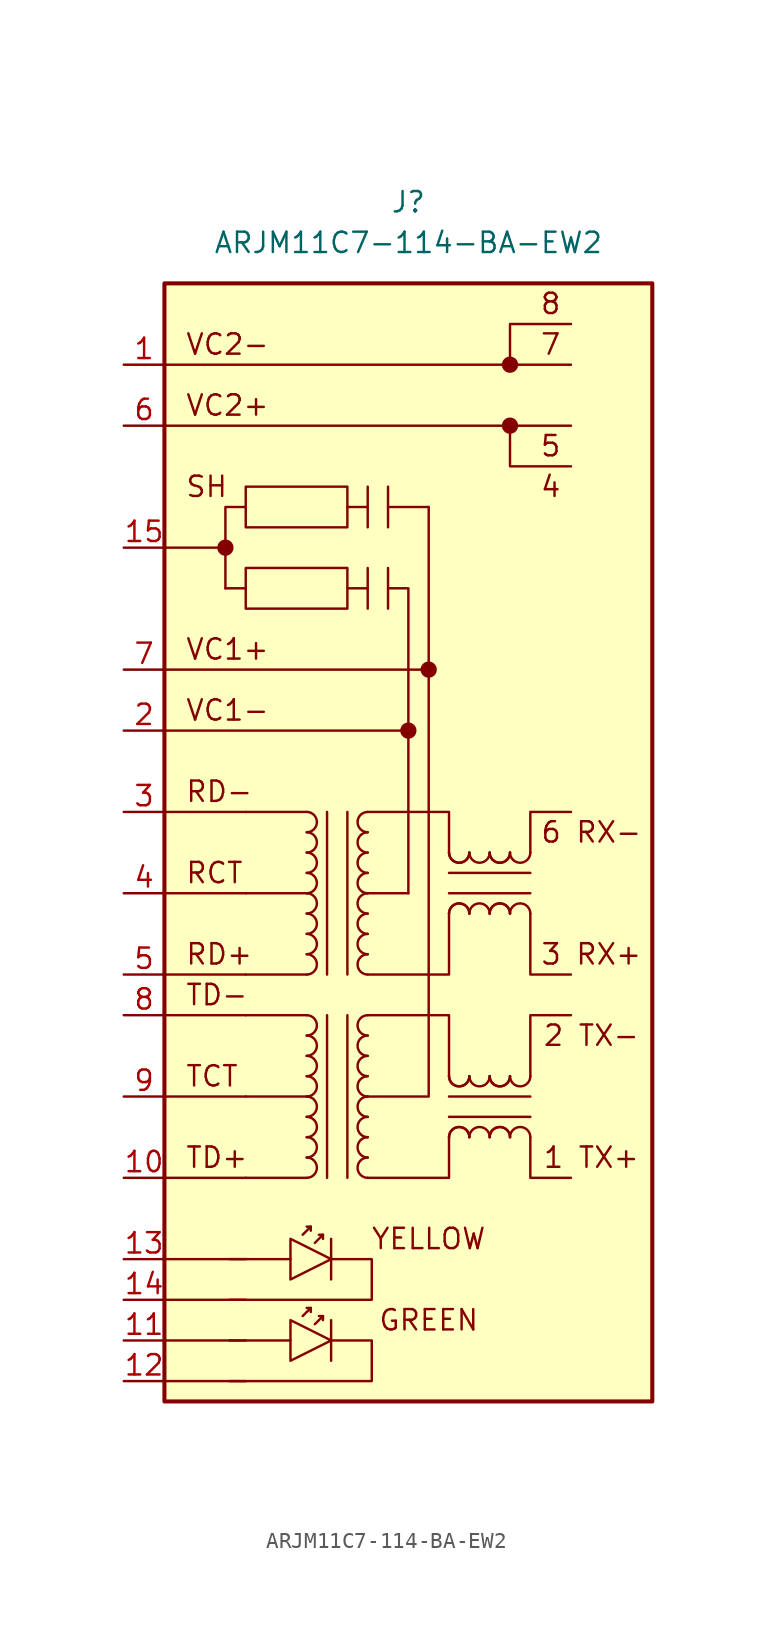
<source format=kicad_sym>
(kicad_symbol_lib
  (version 20211014)
  (generator kicad_symbol_editor)
  (symbol "ARJM11C7-114-BA-EW2"
    (property "Reference" "J"
      (at 0 40.64 0)
      (effects (font (size 1.27 1.27))))
    (property "Value" "ARJM11C7-114-BA-EW2"
      (at 0 38.1 0)
      (effects (font (size 1.27 1.27))))
    (symbol "ARJM11C7-114-BA-EW2_0_0"
      (rectangle (start -15.24 35.56) (end 15.24 -34.29) (stroke (width 0.254) (type default) (color 0 0 0 0)) (fill (type background)))
      (rectangle (start -3.81 17.78) (end -10.16 15.24) (stroke (width 0) (type default) (color 0 0 0 0)) (fill (type none)))
      (polyline (pts (xy -15.24 -33.02) (xy -10.16 -33.02)) (stroke (width 0) (type default) (color 0 0 0 0)) (fill (type none)))
      (polyline (pts (xy -15.24 -30.48) (xy -10.16 -30.48)) (stroke (width 0) (type default) (color 0 0 0 0)) (fill (type none)))
      (polyline (pts (xy -15.24 -27.94) (xy -10.16 -27.94)) (stroke (width 0) (type default) (color 0 0 0 0)) (fill (type none)))
      (polyline (pts (xy -15.24 -25.4) (xy -10.16 -25.4)) (stroke (width 0) (type default) (color 0 0 0 0)) (fill (type none)))
      (polyline (pts (xy -15.24 -20.32) (xy -10.16 -20.32)) (stroke (width 0) (type default) (color 0 0 0 0)) (fill (type none)))
      (polyline (pts (xy -15.24 -15.24) (xy -10.16 -15.24)) (stroke (width 0) (type default) (color 0 0 0 0)) (fill (type none)))
      (polyline (pts (xy -15.24 -10.16) (xy -10.16 -10.16)) (stroke (width 0) (type default) (color 0 0 0 0)) (fill (type none)))
      (polyline (pts (xy -15.24 -7.62) (xy -10.16 -7.62)) (stroke (width 0) (type default) (color 0 0 0 0)) (fill (type none)))
      (polyline (pts (xy -15.24 -2.54) (xy -10.16 -2.54)) (stroke (width 0) (type default) (color 0 0 0 0)) (fill (type none)))
      (polyline (pts (xy -15.24 2.54) (xy -10.16 2.54)) (stroke (width 0) (type default) (color 0 0 0 0)) (fill (type none)))
      (polyline (pts (xy -15.24 11.43) (xy 1.27 11.43)) (stroke (width 0) (type default) (color 0 0 0 0)) (fill (type none)))
      (polyline (pts (xy -15.24 26.67) (xy 10.16 26.67)) (stroke (width 0) (type default) (color 0 0 0 0)) (fill (type none)))
      (polyline (pts (xy -15.24 30.48) (xy 10.16 30.48)) (stroke (width 0) (type default) (color 0 0 0 0)) (fill (type none)))
      (polyline (pts (xy -11.43 19.05) (xy -15.24 19.05)) (stroke (width 0) (type default) (color 0 0 0 0)) (fill (type none)))
      (polyline (pts (xy -11.176 -25.4) (xy -7.366 -25.4)) (stroke (width 0) (type default) (color 0 0 0 0)) (fill (type none)))
      (polyline (pts (xy -10.16 16.51) (xy -11.43 16.51)) (stroke (width 0) (type default) (color 0 0 0 0)) (fill (type none)))
      (polyline (pts (xy -3.81 16.51) (xy -2.54 16.51)) (stroke (width 0) (type default) (color 0 0 0 0)) (fill (type none)))
      (polyline (pts (xy -3.81 21.59) (xy -2.54 21.59)) (stroke (width 0) (type default) (color 0 0 0 0)) (fill (type none)))
      (polyline (pts (xy -2.54 -2.54) (xy 0 -2.54)) (stroke (width 0) (type default) (color 0 0 0 0)) (fill (type none)))
      (polyline (pts (xy -2.54 17.78) (xy -2.54 15.24)) (stroke (width 0) (type default) (color 0 0 0 0)) (fill (type none)))
      (polyline (pts (xy -1.27 17.78) (xy -1.27 15.24)) (stroke (width 0) (type default) (color 0 0 0 0)) (fill (type none)))
      (polyline (pts (xy -1.27 22.86) (xy -1.27 20.32)) (stroke (width 0) (type default) (color 0 0 0 0)) (fill (type none)))
      (polyline (pts (xy 1.27 21.59) (xy 1.27 11.43)) (stroke (width 0) (type default) (color 0 0 0 0)) (fill (type none)))
      (polyline (pts (xy -10.16 21.59) (xy -11.43 21.59) (xy -11.43 16.51)) (stroke (width 0) (type default) (color 0 0 0 0)) (fill (type none)))
      (polyline (pts (xy -1.27 21.59) (xy 0 21.59) (xy 1.27 21.59)) (stroke (width 0) (type default) (color 0 0 0 0)) (fill (type none)))
      (polyline (pts (xy 0 -2.54) (xy 0 7.62) (xy -15.24 7.62)) (stroke (width 0) (type default) (color 0 0 0 0)) (fill (type none)))
      (polyline (pts (xy 0 7.62) (xy 0 16.51) (xy -1.27 16.51)) (stroke (width 0) (type default) (color 0 0 0 0)) (fill (type none)))
      (polyline (pts (xy 6.35 26.67) (xy 6.35 24.13) (xy 10.16 24.13)) (stroke (width 0) (type default) (color 0 0 0 0)) (fill (type none)))
      (polyline (pts (xy 6.35 30.48) (xy 6.35 33.02) (xy 10.16 33.02)) (stroke (width 0) (type default) (color 0 0 0 0)) (fill (type none)))
      (polyline (pts (xy -4.826 -25.4) (xy -2.286 -25.4) (xy -2.286 -27.94) (xy -11.176 -27.94)) (stroke (width 0) (type default) (color 0 0 0 0)) (fill (type none)))
      (polyline (pts (xy -2.54 -15.24) (xy -1.27 -15.24) (xy 1.27 -15.24) (xy 1.27 11.43)) (stroke (width 0) (type default) (color 0 0 0 0)) (fill (type none)))
      (text "1 TX+" (at 11.43 -19.05 0) (effects (font (size 1.27 1.27))))
      (text "2 TX-" (at 11.43 -11.43 0) (effects (font (size 1.27 1.27))))
      (text "3 RX+" (at 11.43 -6.35 0) (effects (font (size 1.27 1.27))))
      (text "4" (at 8.89 22.86 0) (effects (font (size 1.27 1.27))))
      (text "5" (at 8.89 25.4 0) (effects (font (size 1.27 1.27))))
      (text "6 RX-" (at 11.43 1.27 0) (effects (font (size 1.27 1.27))))
      (text "7" (at 8.89 31.75 0) (effects (font (size 1.27 1.27))))
      (text "8" (at 8.89 34.29 0) (effects (font (size 1.27 1.27))))
      (text "RCT" (at -13.97 -1.27 0) (effects (font (size 1.27 1.27)) (justify left)))
      (text "RD-" (at -13.97 3.81 0) (effects (font (size 1.27 1.27)) (justify left)))
      (text "SH" (at -13.97 22.86 0) (effects (font (size 1.27 1.27)) (justify left)))
      (text "VC1+" (at -13.97 12.7 0) (effects (font (size 1.27 1.27)) (justify left)))
      (text "VC1-" (at -13.97 8.89 0) (effects (font (size 1.27 1.27)) (justify left)))
      (text "VC2+" (at -13.97 27.94 0) (effects (font (size 1.27 1.27)) (justify left)))
      (text "VC2-" (at -13.97 31.75 0) (effects (font (size 1.27 1.27)) (justify left)))
      (text "YELLOW" (at 1.27 -24.13 0) (effects (font (size 1.27 1.27)))))
    (symbol "ARJM11C7-114-BA-EW2_0_1"
      (arc (start -6.35 -16.51) (mid -5.715 -15.875) (end -6.35 -15.24) (stroke (width 0) (type default) (color 0 0 0 0)) (fill (type none)))
      (arc (start -6.35 -15.24) (mid -5.715 -14.605) (end -6.35 -13.97) (stroke (width 0) (type default) (color 0 0 0 0)) (fill (type none)))
      (arc (start -6.35 -11.43) (mid -5.715 -10.795) (end -6.35 -10.16) (stroke (width 0) (type default) (color 0 0 0 0)) (fill (type none)))
      (polyline (pts (xy -6.35 -20.32) (xy -10.16 -20.32)) (stroke (width 0) (type default) (color 0 0 0 0)) (fill (type none)))
      (polyline (pts (xy -6.35 -15.24) (xy -10.16 -15.24)) (stroke (width 0) (type default) (color 0 0 0 0)) (fill (type none)))
      (polyline (pts (xy -6.35 -10.16) (xy -10.16 -10.16)) (stroke (width 0) (type default) (color 0 0 0 0)) (fill (type none)))
      (polyline (pts (xy -6.35 -7.62) (xy -10.16 -7.62)) (stroke (width 0) (type default) (color 0 0 0 0)) (fill (type none)))
      (polyline (pts (xy -6.35 -2.54) (xy -10.16 -2.54)) (stroke (width 0) (type default) (color 0 0 0 0)) (fill (type none)))
      (polyline (pts (xy -6.35 2.54) (xy -10.16 2.54)) (stroke (width 0) (type default) (color 0 0 0 0)) (fill (type none)))
      (polyline (pts (xy -6.096 -28.448) (xy -6.35 -28.448)) (stroke (width 0) (type default) (color 0 0 0 0)) (fill (type none)))
      (polyline (pts (xy -5.334 -28.956) (xy -5.588 -28.956)) (stroke (width 0) (type default) (color 0 0 0 0)) (fill (type none)))
      (polyline (pts (xy -4.826 -24.13) (xy -4.826 -26.67)) (stroke (width 0) (type default) (color 0 0 0 0)) (fill (type none)))
      (polyline (pts (xy -6.604 -28.956) (xy -6.096 -28.448) (xy -6.096 -28.702)) (stroke (width 0) (type default) (color 0 0 0 0)) (fill (type none)))
      (polyline (pts (xy -5.842 -29.464) (xy -5.334 -28.956) (xy -5.334 -29.21)) (stroke (width 0) (type default) (color 0 0 0 0)) (fill (type none)))
      (polyline (pts (xy -7.366 -24.13) (xy -7.366 -26.67) (xy -4.826 -25.4) (xy -7.366 -24.13)) (stroke (width 0) (type default) (color 0 0 0 0)) (fill (type none))))
    (symbol "ARJM11C7-114-BA-EW2_1_1"
      (circle (center -11.43 19.05) (radius 0.0001) (stroke (width 0.508) (type default) (color 0 0 0 0)) (fill (type none)))
      (arc (start -6.35 -20.32) (mid -5.715 -19.685) (end -6.35 -19.05) (stroke (width 0) (type default) (color 0 0 0 0)) (fill (type none)))
      (arc (start -6.35 -19.05) (mid -5.715 -18.415) (end -6.35 -17.78) (stroke (width 0) (type default) (color 0 0 0 0)) (fill (type none)))
      (arc (start -6.35 -17.78) (mid -5.715 -17.145) (end -6.35 -16.51) (stroke (width 0) (type default) (color 0 0 0 0)) (fill (type none)))
      (arc (start -6.35 -13.97) (mid -5.715 -13.335) (end -6.35 -12.7) (stroke (width 0) (type default) (color 0 0 0 0)) (fill (type none)))
      (arc (start -6.35 -12.7) (mid -5.715 -12.065) (end -6.35 -11.43) (stroke (width 0) (type default) (color 0 0 0 0)) (fill (type none)))
      (arc (start -6.35 -7.62) (mid -5.715 -6.985) (end -6.35 -6.35) (stroke (width 0) (type default) (color 0 0 0 0)) (fill (type none)))
      (arc (start -6.35 -6.35) (mid -5.715 -5.715) (end -6.35 -5.08) (stroke (width 0) (type default) (color 0 0 0 0)) (fill (type none)))
      (arc (start -6.35 -5.08) (mid -5.715 -4.445) (end -6.35 -3.81) (stroke (width 0) (type default) (color 0 0 0 0)) (fill (type none)))
      (arc (start -6.35 -3.81) (mid -5.715 -3.175) (end -6.35 -2.54) (stroke (width 0) (type default) (color 0 0 0 0)) (fill (type none)))
      (arc (start -6.35 -2.54) (mid -5.715 -1.905) (end -6.35 -1.27) (stroke (width 0) (type default) (color 0 0 0 0)) (fill (type none)))
      (arc (start -6.35 -1.27) (mid -5.715 -0.635) (end -6.35 0) (stroke (width 0) (type default) (color 0 0 0 0)) (fill (type none)))
      (arc (start -6.35 0) (mid -5.715 0.635) (end -6.35 1.27) (stroke (width 0) (type default) (color 0 0 0 0)) (fill (type none)))
      (arc (start -6.35 1.27) (mid -5.715 1.905) (end -6.35 2.54) (stroke (width 0) (type default) (color 0 0 0 0)) (fill (type none)))
      (rectangle (start -3.81 22.86) (end -10.16 20.32) (stroke (width 0) (type default) (color 0 0 0 0)) (fill (type none)))
      (arc (start -2.54 -19.05) (mid -3.175 -19.685) (end -2.54 -20.32) (stroke (width 0) (type default) (color 0 0 0 0)) (fill (type none)))
      (arc (start -2.54 -17.78) (mid -3.175 -18.415) (end -2.54 -19.05) (stroke (width 0) (type default) (color 0 0 0 0)) (fill (type none)))
      (arc (start -2.54 -16.51) (mid -3.175 -17.145) (end -2.54 -17.78) (stroke (width 0) (type default) (color 0 0 0 0)) (fill (type none)))
      (arc (start -2.54 -15.24) (mid -3.175 -15.875) (end -2.54 -16.51) (stroke (width 0) (type default) (color 0 0 0 0)) (fill (type none)))
      (arc (start -2.54 -13.97) (mid -3.175 -14.605) (end -2.54 -15.24) (stroke (width 0) (type default) (color 0 0 0 0)) (fill (type none)))
      (arc (start -2.54 -12.7) (mid -3.175 -13.335) (end -2.54 -13.97) (stroke (width 0) (type default) (color 0 0 0 0)) (fill (type none)))
      (arc (start -2.54 -11.43) (mid -3.175 -12.065) (end -2.54 -12.7) (stroke (width 0) (type default) (color 0 0 0 0)) (fill (type none)))
      (arc (start -2.54 -10.16) (mid -3.175 -10.795) (end -2.54 -11.43) (stroke (width 0) (type default) (color 0 0 0 0)) (fill (type none)))
      (arc (start -2.54 -6.35) (mid -3.175 -6.985) (end -2.54 -7.62) (stroke (width 0) (type default) (color 0 0 0 0)) (fill (type none)))
      (arc (start -2.54 -5.08) (mid -3.175 -5.715) (end -2.54 -6.35) (stroke (width 0) (type default) (color 0 0 0 0)) (fill (type none)))
      (arc (start -2.54 -3.81) (mid -3.175 -4.445) (end -2.54 -5.08) (stroke (width 0) (type default) (color 0 0 0 0)) (fill (type none)))
      (arc (start -2.54 -2.54) (mid -3.175 -3.175) (end -2.54 -3.81) (stroke (width 0) (type default) (color 0 0 0 0)) (fill (type none)))
      (arc (start -2.54 -1.27) (mid -3.175 -1.905) (end -2.54 -2.54) (stroke (width 0) (type default) (color 0 0 0 0)) (fill (type none)))
      (arc (start -2.54 0) (mid -3.175 -0.635) (end -2.54 -1.27) (stroke (width 0) (type default) (color 0 0 0 0)) (fill (type none)))
      (arc (start -2.54 1.27) (mid -3.175 0.635) (end -2.54 0) (stroke (width 0) (type default) (color 0 0 0 0)) (fill (type none)))
      (arc (start -2.54 2.54) (mid -3.175 1.905) (end -2.54 1.27) (stroke (width 0) (type default) (color 0 0 0 0)) (fill (type none)))
      (polyline (pts (xy -11.176 -30.48) (xy -7.366 -30.48)) (stroke (width 0) (type default) (color 0 0 0 0)) (fill (type none)))
      (polyline (pts (xy -6.096 -23.368) (xy -6.35 -23.368)) (stroke (width 0) (type default) (color 0 0 0 0)) (fill (type none)))
      (polyline (pts (xy -5.334 -23.876) (xy -5.588 -23.876)) (stroke (width 0) (type default) (color 0 0 0 0)) (fill (type none)))
      (polyline (pts (xy -5.08 -10.16) (xy -5.08 -20.32)) (stroke (width 0) (type default) (color 0 0 0 0)) (fill (type none)))
      (polyline (pts (xy -5.08 2.54) (xy -5.08 -7.62)) (stroke (width 0) (type default) (color 0 0 0 0)) (fill (type none)))
      (polyline (pts (xy -4.826 -29.21) (xy -4.826 -31.75)) (stroke (width 0) (type default) (color 0 0 0 0)) (fill (type none)))
      (polyline (pts (xy -3.81 -20.32) (xy -3.81 -10.16)) (stroke (width 0) (type default) (color 0 0 0 0)) (fill (type none)))
      (polyline (pts (xy -3.81 -7.62) (xy -3.81 2.54)) (stroke (width 0) (type default) (color 0 0 0 0)) (fill (type none)))
      (polyline (pts (xy -2.54 22.86) (xy -2.54 20.32)) (stroke (width 0) (type default) (color 0 0 0 0)) (fill (type none)))
      (polyline (pts (xy 2.54 -16.51) (xy 7.62 -16.51)) (stroke (width 0) (type default) (color 0 0 0 0)) (fill (type none)))
      (polyline (pts (xy 2.54 -2.54) (xy 7.62 -2.54)) (stroke (width 0) (type default) (color 0 0 0 0)) (fill (type none)))
      (polyline (pts (xy 7.62 -15.24) (xy 2.54 -15.24)) (stroke (width 0) (type default) (color 0 0 0 0)) (fill (type none)))
      (polyline (pts (xy 7.62 -1.27) (xy 2.54 -1.27)) (stroke (width 0) (type default) (color 0 0 0 0)) (fill (type none)))
      (polyline (pts (xy -6.604 -23.876) (xy -6.096 -23.368) (xy -6.096 -23.622)) (stroke (width 0) (type default) (color 0 0 0 0)) (fill (type none)))
      (polyline (pts (xy -5.842 -24.384) (xy -5.334 -23.876) (xy -5.334 -24.13)) (stroke (width 0) (type default) (color 0 0 0 0)) (fill (type none)))
      (polyline (pts (xy -2.54 -10.16) (xy 2.54 -10.16) (xy 2.54 -13.97)) (stroke (width 0) (type default) (color 0 0 0 0)) (fill (type none)))
      (polyline (pts (xy -2.54 -7.62) (xy 2.54 -7.62) (xy 2.54 -3.81)) (stroke (width 0) (type default) (color 0 0 0 0)) (fill (type none)))
      (polyline (pts (xy -2.54 2.54) (xy 2.54 2.54) (xy 2.54 0)) (stroke (width 0) (type default) (color 0 0 0 0)) (fill (type none)))
      (polyline (pts (xy 2.54 -17.78) (xy 2.54 -20.32) (xy -2.54 -20.32)) (stroke (width 0) (type default) (color 0 0 0 0)) (fill (type none)))
      (polyline (pts (xy 7.62 -17.78) (xy 7.62 -20.32) (xy 10.16 -20.32)) (stroke (width 0) (type default) (color 0 0 0 0)) (fill (type none)))
      (polyline (pts (xy 7.62 -13.97) (xy 7.62 -10.16) (xy 10.16 -10.16)) (stroke (width 0) (type default) (color 0 0 0 0)) (fill (type none)))
      (polyline (pts (xy 7.62 -3.81) (xy 7.62 -7.62) (xy 10.16 -7.62)) (stroke (width 0) (type default) (color 0 0 0 0)) (fill (type none)))
      (polyline (pts (xy 7.62 0) (xy 7.62 2.54) (xy 10.16 2.54)) (stroke (width 0) (type default) (color 0 0 0 0)) (fill (type none)))
      (polyline (pts (xy -7.366 -29.21) (xy -7.366 -31.75) (xy -4.826 -30.48) (xy -7.366 -29.21)) (stroke (width 0) (type default) (color 0 0 0 0)) (fill (type none)))
      (polyline (pts (xy -4.826 -30.48) (xy -2.286 -30.48) (xy -2.286 -33.02) (xy -11.176 -33.02)) (stroke (width 0) (type default) (color 0 0 0 0)) (fill (type none)))
      (circle (center 0 7.62) (radius 0.0001) (stroke (width 0.508) (type default) (color 0 0 0 0)) (fill (type none)))
      (circle (center 1.27 11.43) (radius 0.0001) (stroke (width 0.508) (type default) (color 0 0 0 0)) (fill (type none)))
      (arc (start 2.54 -13.97) (mid 3.175 -14.605) (end 3.81 -13.97) (stroke (width 0) (type default) (color 0 0 0 0)) (fill (type none)))
      (arc (start 2.54 -13.97) (mid 3.175 -14.605) (end 3.81 -13.97) (stroke (width 0) (type default) (color 0 0 0 0)) (fill (type none)))
      (arc (start 2.54 0) (mid 3.175 -0.635) (end 3.81 0) (stroke (width 0) (type default) (color 0 0 0 0)) (fill (type none)))
      (arc (start 2.54 0) (mid 3.175 -0.635) (end 3.81 0) (stroke (width 0) (type default) (color 0 0 0 0)) (fill (type none)))
      (arc (start 3.81 -17.78) (mid 3.175 -17.145) (end 2.54 -17.78) (stroke (width 0) (type default) (color 0 0 0 0)) (fill (type none)))
      (arc (start 3.81 -17.78) (mid 3.175 -17.145) (end 2.54 -17.78) (stroke (width 0) (type default) (color 0 0 0 0)) (fill (type none)))
      (arc (start 3.81 -13.97) (mid 4.445 -14.605) (end 5.08 -13.97) (stroke (width 0) (type default) (color 0 0 0 0)) (fill (type none)))
      (arc (start 3.81 -3.81) (mid 3.175 -3.175) (end 2.54 -3.81) (stroke (width 0) (type default) (color 0 0 0 0)) (fill (type none)))
      (arc (start 3.81 -3.81) (mid 3.175 -3.175) (end 2.54 -3.81) (stroke (width 0) (type default) (color 0 0 0 0)) (fill (type none)))
      (arc (start 3.81 0) (mid 4.445 -0.635) (end 5.08 0) (stroke (width 0) (type default) (color 0 0 0 0)) (fill (type none)))
      (arc (start 5.08 -17.78) (mid 4.445 -17.145) (end 3.81 -17.78) (stroke (width 0) (type default) (color 0 0 0 0)) (fill (type none)))
      (arc (start 5.08 -13.97) (mid 5.715 -14.605) (end 6.35 -13.97) (stroke (width 0) (type default) (color 0 0 0 0)) (fill (type none)))
      (arc (start 5.08 -13.97) (mid 5.715 -14.605) (end 6.35 -13.97) (stroke (width 0) (type default) (color 0 0 0 0)) (fill (type none)))
      (arc (start 5.08 -3.81) (mid 4.445 -3.175) (end 3.81 -3.81) (stroke (width 0) (type default) (color 0 0 0 0)) (fill (type none)))
      (arc (start 5.08 0) (mid 5.715 -0.635) (end 6.35 0) (stroke (width 0) (type default) (color 0 0 0 0)) (fill (type none)))
      (arc (start 5.08 0) (mid 5.715 -0.635) (end 6.35 0) (stroke (width 0) (type default) (color 0 0 0 0)) (fill (type none)))
      (arc (start 6.35 -17.78) (mid 5.715 -17.145) (end 5.08 -17.78) (stroke (width 0) (type default) (color 0 0 0 0)) (fill (type none)))
      (arc (start 6.35 -17.78) (mid 5.715 -17.145) (end 5.08 -17.78) (stroke (width 0) (type default) (color 0 0 0 0)) (fill (type none)))
      (arc (start 6.35 -13.97) (mid 6.985 -14.605) (end 7.62 -13.97) (stroke (width 0) (type default) (color 0 0 0 0)) (fill (type none)))
      (arc (start 6.35 -3.81) (mid 5.715 -3.175) (end 5.08 -3.81) (stroke (width 0) (type default) (color 0 0 0 0)) (fill (type none)))
      (arc (start 6.35 -3.81) (mid 5.715 -3.175) (end 5.08 -3.81) (stroke (width 0) (type default) (color 0 0 0 0)) (fill (type none)))
      (arc (start 6.35 0) (mid 6.985 -0.635) (end 7.62 0) (stroke (width 0) (type default) (color 0 0 0 0)) (fill (type none)))
      (circle (center 6.35 26.67) (radius 0.0001) (stroke (width 0.508) (type default) (color 0 0 0 0)) (fill (type none)))
      (circle (center 6.35 30.48) (radius 0.0001) (stroke (width 0.508) (type default) (color 0 0 0 0)) (fill (type none)))
      (arc (start 7.62 -17.78) (mid 6.985 -17.145) (end 6.35 -17.78) (stroke (width 0) (type default) (color 0 0 0 0)) (fill (type none)))
      (arc (start 7.62 -3.81) (mid 6.985 -3.175) (end 6.35 -3.81) (stroke (width 0) (type default) (color 0 0 0 0)) (fill (type none)))
      (text "GREEN" (at 1.27 -29.21 0) (effects (font (size 1.27 1.27))))
      (text "RD+" (at -13.97 -6.35 0) (effects (font (size 1.27 1.27)) (justify left)))
      (text "TCT" (at -13.97 -13.97 0) (effects (font (size 1.27 1.27)) (justify left)))
      (text "TD+" (at -13.97 -19.05 0) (effects (font (size 1.27 1.27)) (justify left)))
      (text "TD-" (at -13.97 -8.89 0) (effects (font (size 1.27 1.27)) (justify left)))
      (pin passive line (at -17.78 30.48 0) (length 2.54) (name "" (effects (font (size 1.27 1.27)))) (number "1" (effects (font (size 1.27 1.27)))))
      (pin passive line (at -17.78 -20.32 0) (length 2.54) (name "" (effects (font (size 1.27 1.27)))) (number "10" (effects (font (size 1.27 1.27)))))
      (pin passive line (at -17.78 -30.48 0) (length 2.54) (name "" (effects (font (size 1.27 1.27)))) (number "11" (effects (font (size 1.27 1.27)))))
      (pin passive line (at -17.78 -33.02 0) (length 2.54) (name "" (effects (font (size 1.27 1.27)))) (number "12" (effects (font (size 1.27 1.27)))))
      (pin passive line (at -17.78 -25.4 0) (length 2.54) (name "" (effects (font (size 1.27 1.27)))) (number "13" (effects (font (size 1.27 1.27)))))
      (pin passive line (at -17.78 -27.94 0) (length 2.54) (name "" (effects (font (size 1.27 1.27)))) (number "14" (effects (font (size 1.27 1.27)))))
      (pin passive line (at -17.78 19.05 0) (length 2.54) (name "" (effects (font (size 1.27 1.27)))) (number "15" (effects (font (size 1.27 1.27)))))
      (pin passive line (at -17.78 7.62 0) (length 2.54) (name "" (effects (font (size 1.27 1.27)))) (number "2" (effects (font (size 1.27 1.27)))))
      (pin passive line (at -17.78 2.54 0) (length 2.54) (name "" (effects (font (size 1.27 1.27)))) (number "3" (effects (font (size 1.27 1.27)))))
      (pin passive line (at -17.78 -2.54 0) (length 2.54) (name "" (effects (font (size 1.27 1.27)))) (number "4" (effects (font (size 1.27 1.27)))))
      (pin passive line (at -17.78 -7.62 0) (length 2.54) (name "" (effects (font (size 1.27 1.27)))) (number "5" (effects (font (size 1.27 1.27)))))
      (pin passive line (at -17.78 26.67 0) (length 2.54) (name "" (effects (font (size 1.27 1.27)))) (number "6" (effects (font (size 1.27 1.27)))))
      (pin passive line (at -17.78 11.43 0) (length 2.54) (name "" (effects (font (size 1.27 1.27)))) (number "7" (effects (font (size 1.27 1.27)))))
      (pin passive line (at -17.78 -10.16 0) (length 2.54) (name "" (effects (font (size 1.27 1.27)))) (number "8" (effects (font (size 1.27 1.27)))))
      (pin passive line (at -17.78 -15.24 0) (length 2.54) (name "" (effects (font (size 1.27 1.27)))) (number "9" (effects (font (size 1.27 1.27))))))))
</source>
